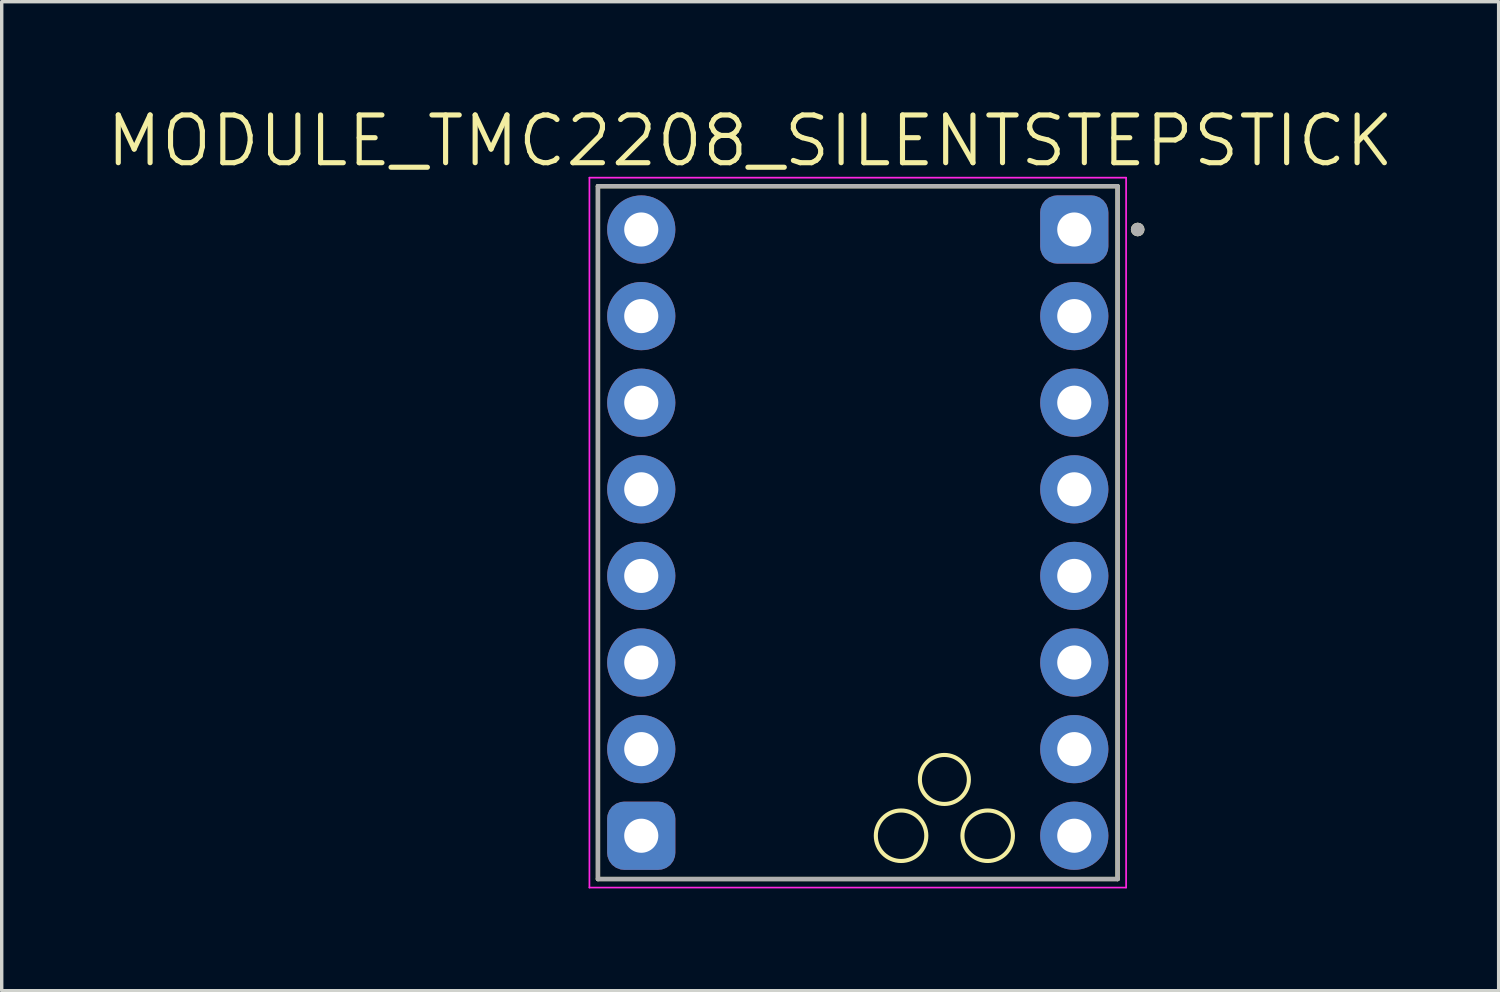
<source format=kicad_pcb>
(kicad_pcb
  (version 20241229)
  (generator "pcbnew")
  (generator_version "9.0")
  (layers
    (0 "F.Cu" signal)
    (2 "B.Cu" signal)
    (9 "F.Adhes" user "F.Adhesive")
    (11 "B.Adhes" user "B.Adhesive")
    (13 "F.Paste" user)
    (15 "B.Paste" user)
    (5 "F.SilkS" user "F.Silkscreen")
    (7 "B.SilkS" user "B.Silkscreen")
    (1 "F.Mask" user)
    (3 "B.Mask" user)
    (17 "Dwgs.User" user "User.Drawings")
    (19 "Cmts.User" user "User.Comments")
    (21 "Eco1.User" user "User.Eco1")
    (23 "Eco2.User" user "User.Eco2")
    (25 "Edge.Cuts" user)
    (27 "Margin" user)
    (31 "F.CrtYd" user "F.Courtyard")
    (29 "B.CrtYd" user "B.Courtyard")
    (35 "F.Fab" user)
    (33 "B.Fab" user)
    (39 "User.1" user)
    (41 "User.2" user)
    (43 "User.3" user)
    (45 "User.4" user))
  (footprint "MODULE_TMC2208_SILENTSTEPSTICK"
    (layer "F.Cu")
    (at 22.107 12.571)
    (property "Reference" "MODULE_TMC2208_SILENTSTEPSTICK" (at -3.155 -11.489 0) (layer "F.SilkS") (effects (font (size 1.4 1.4) (thickness 0.15))))
    (attr through_hole)
    (fp_line (start -7.62 -10.16) (end -7.62 10.16) (stroke (width 0.127) (type solid)) (layer "F.SilkS"))
    (fp_line (start -7.62 10.16) (end 7.62 10.16) (stroke (width 0.127) (type solid)) (layer "F.SilkS"))
    (fp_line (start 7.62 -10.16) (end -7.62 -10.16) (stroke (width 0.127) (type solid)) (layer "F.SilkS"))
    (fp_line (start 7.62 10.16) (end 7.62 -10.16) (stroke (width 0.127) (type solid)) (layer "F.SilkS"))
    (fp_circle (center 1.27 8.89) (end 1.651 9.525) (stroke (width 0.12) (type solid)) (fill no) (layer "F.SilkS"))
    (fp_circle (center 2.54 7.239) (end 3.048 7.747) (stroke (width 0.12) (type solid)) (fill no) (layer "F.SilkS"))
    (fp_circle (center 3.81 8.89) (end 4.191 9.525) (stroke (width 0.12) (type solid)) (fill no) (layer "F.SilkS"))
    (fp_circle (center 8.21 -8.89) (end 8.31 -8.89) (stroke (width 0.2) (type solid)) (fill no) (layer "F.SilkS"))
    (fp_line (start -7.87 -10.41) (end -7.87 10.41) (stroke (width 0.05) (type solid)) (layer "F.CrtYd"))
    (fp_line (start -7.87 -10.41) (end 7.87 -10.41) (stroke (width 0.05) (type solid)) (layer "F.CrtYd"))
    (fp_line (start -7.87 10.41) (end 7.87 10.41) (stroke (width 0.05) (type solid)) (layer "F.CrtYd"))
    (fp_line (start 7.87 -10.41) (end 7.87 10.41) (stroke (width 0.05) (type solid)) (layer "F.CrtYd"))
    (fp_line (start -7.62 -10.16) (end -7.62 10.16) (stroke (width 0.127) (type solid)) (layer "F.Fab"))
    (fp_line (start -7.62 10.16) (end 7.62 10.16) (stroke (width 0.127) (type solid)) (layer "F.Fab"))
    (fp_line (start 7.62 -10.16) (end -7.62 -10.16) (stroke (width 0.127) (type solid)) (layer "F.Fab"))
    (fp_line (start 7.62 10.16) (end 7.62 -10.16) (stroke (width 0.127) (type solid)) (layer "F.Fab"))
    (fp_circle (center 8.21 -8.89) (end 8.31 -8.89) (stroke (width 0.2) (type solid)) (fill no) (layer "F.Fab"))
    (pad "1" thru_hole circle (at -6.35 -8.89) (size 2 2) (drill 1) (layers "*.Cu" "*.Mask"))
    (pad "2" thru_hole circle (at -6.35 -6.35) (size 2 2) (drill 1) (layers "*.Cu" "*.Mask"))
    (pad "3" thru_hole circle (at -6.35 -3.81) (size 2 2) (drill 1) (layers "*.Cu" "*.Mask"))
    (pad "4" thru_hole circle (at -6.35 -1.27) (size 2 2) (drill 1) (layers "*.Cu" "*.Mask"))
    (pad "5" thru_hole circle (at -6.35 1.27) (size 2 2) (drill 1) (layers "*.Cu" "*.Mask"))
    (pad "6" thru_hole circle (at -6.35 3.81) (size 2 2) (drill 1) (layers "*.Cu" "*.Mask"))
    (pad "7" thru_hole circle (at -6.35 6.35) (size 2 2) (drill 1) (layers "*.Cu" "*.Mask"))
    (pad "8" thru_hole roundrect (at -6.35 8.89) (size 2 2) (drill 1) (layers "*.Cu" "*.Mask") (roundrect_rratio 0.25))
    (pad "9" thru_hole roundrect (at 6.35 -8.89) (size 2 2) (drill 1) (layers "*.Cu" "*.Mask") (roundrect_rratio 0.25))
    (pad "10" thru_hole circle (at 6.35 -6.35) (size 2 2) (drill 1) (layers "*.Cu" "*.Mask"))
    (pad "11" thru_hole circle (at 6.35 -3.81) (size 2 2) (drill 1) (layers "*.Cu" "*.Mask"))
    (pad "12" thru_hole circle (at 6.35 -1.27) (size 2 2) (drill 1) (layers "*.Cu" "*.Mask"))
    (pad "13" thru_hole circle (at 6.35 1.27) (size 2 2) (drill 1) (layers "*.Cu" "*.Mask"))
    (pad "14" thru_hole circle (at 6.35 3.81) (size 2 2) (drill 1) (layers "*.Cu" "*.Mask"))
    (pad "15" thru_hole circle (at 6.35 6.35) (size 2 2) (drill 1) (layers "*.Cu" "*.Mask"))
    (pad "16" thru_hole circle (at 6.35 8.89) (size 2 2) (drill 1) (layers "*.Cu" "*.Mask")))
  (gr_rect
    (start -3 -3)
    (end 40.903 26.006)
    (stroke (width 0.1) (type default))
    (fill no)
    (layer "Edge.Cuts")))
</source>
